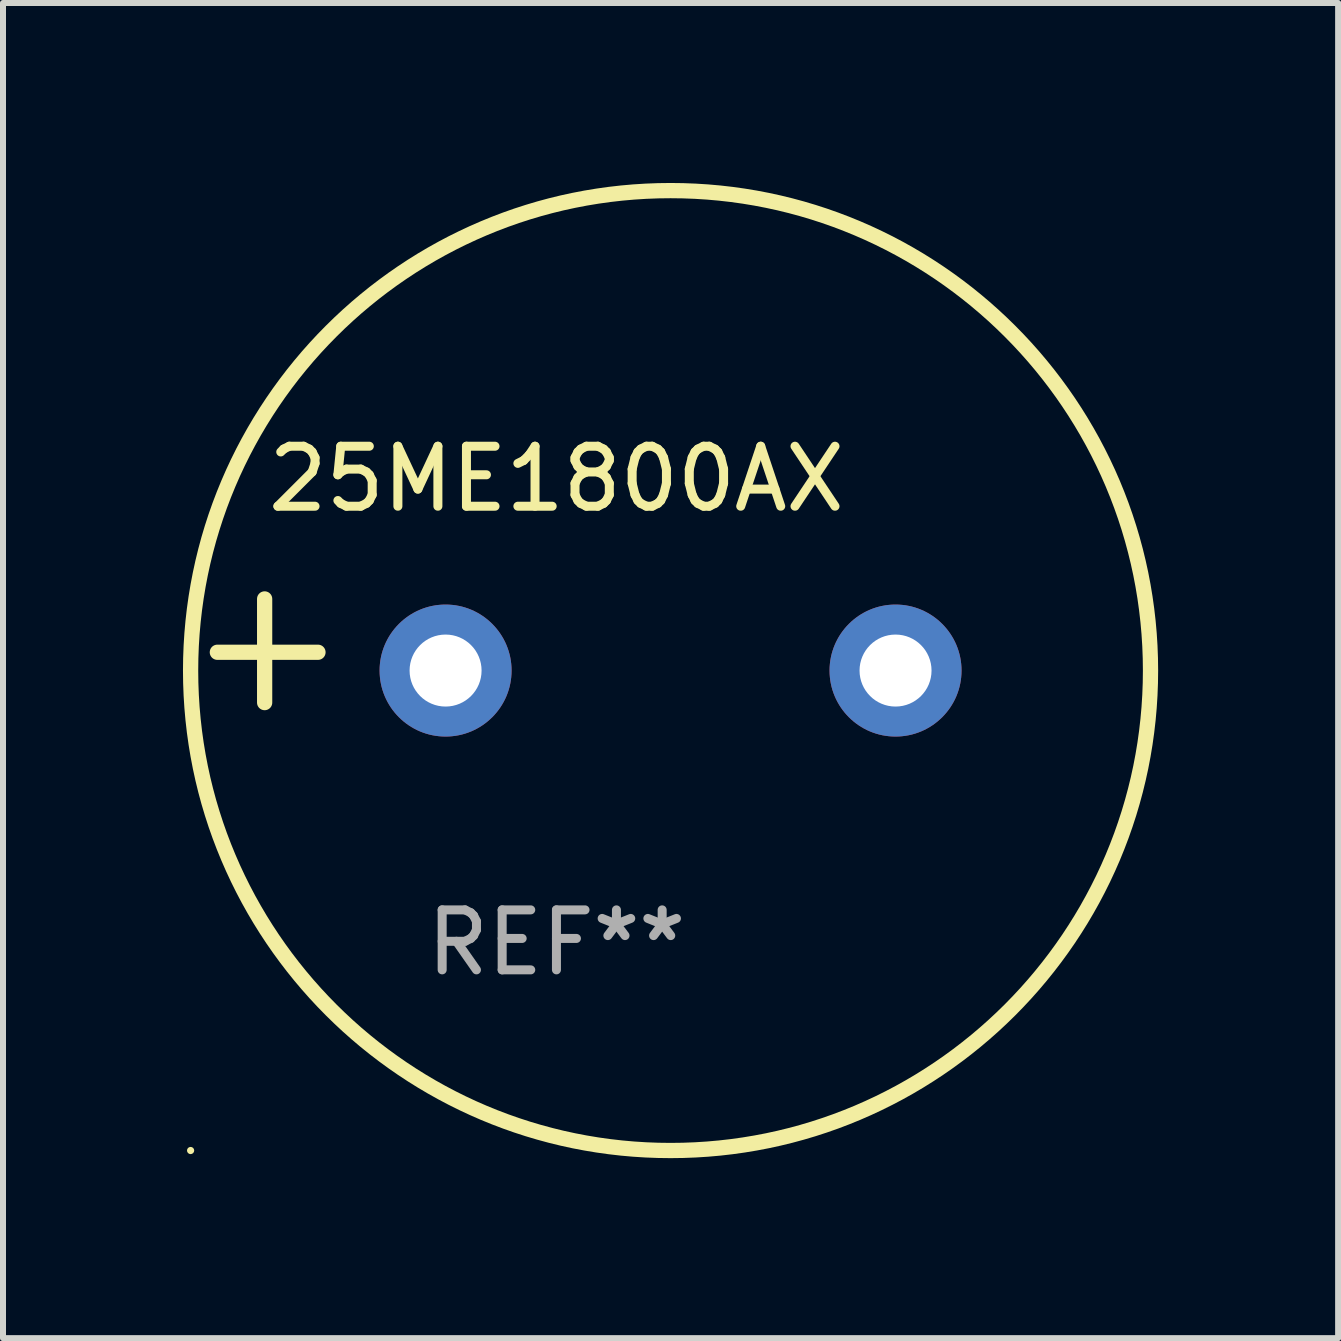
<source format=kicad_pcb>
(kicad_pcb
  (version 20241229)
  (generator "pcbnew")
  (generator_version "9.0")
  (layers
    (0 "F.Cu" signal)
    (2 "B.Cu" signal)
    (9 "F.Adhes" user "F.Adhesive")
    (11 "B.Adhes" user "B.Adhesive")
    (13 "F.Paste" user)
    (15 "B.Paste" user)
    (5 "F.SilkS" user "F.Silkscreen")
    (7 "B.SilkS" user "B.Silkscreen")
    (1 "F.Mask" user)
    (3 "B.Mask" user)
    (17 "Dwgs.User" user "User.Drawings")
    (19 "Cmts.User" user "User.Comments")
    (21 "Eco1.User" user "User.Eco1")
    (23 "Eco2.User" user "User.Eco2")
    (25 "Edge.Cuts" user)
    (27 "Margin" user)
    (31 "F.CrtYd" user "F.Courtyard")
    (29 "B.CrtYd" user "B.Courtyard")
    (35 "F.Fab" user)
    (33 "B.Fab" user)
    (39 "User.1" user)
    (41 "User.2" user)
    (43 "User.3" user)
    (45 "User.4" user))
  (footprint "25ME1800AX"
    (layer "F.Cu")
    (at 6.225 7.797)
    (property "Reference" "25ME1800AX" (at 0 -2.864 0) (layer "F.SilkS") (effects (font (size 1 1) (thickness 0.15))))
    (attr through_hole)
    (fp_line (start -4.864 0.864) (end -4.864 -0.864) (stroke (width 0.254) (type solid)) (layer "F.SilkS"))
    (fp_line (start -3.975 0.025) (end -5.652 0.025) (stroke (width 0.254) (type solid)) (layer "F.SilkS"))
    (fp_circle (center -6.098 8.33) (end -6.068 8.33) (stroke (width 0.06) (type solid)) (fill no) (layer "F.SilkS"))
    (fp_circle (center 1.902 0.33) (end 9.902 0.33) (stroke (width 0.254) (type solid)) (fill no) (layer "F.SilkS"))
    (fp_text user "REF**" (at 0 4.864 0) (layer "F.Fab") (effects (font (size 1 1) (thickness 0.15))))
    (pad "1" thru_hole circle (at -1.848 0.33) (size 2.2 2.2) (drill 1.2) (layers "*.Cu" "*.Mask"))
    (pad "2" thru_hole circle (at 5.652 0.33) (size 2.2 2.2) (drill 1.2) (layers "*.Cu" "*.Mask")))
  (gr_rect
    (start -3 -3)
    (end 19.254 19.254)
    (stroke (width 0.1) (type default))
    (fill no)
    (layer "Edge.Cuts")))
</source>
